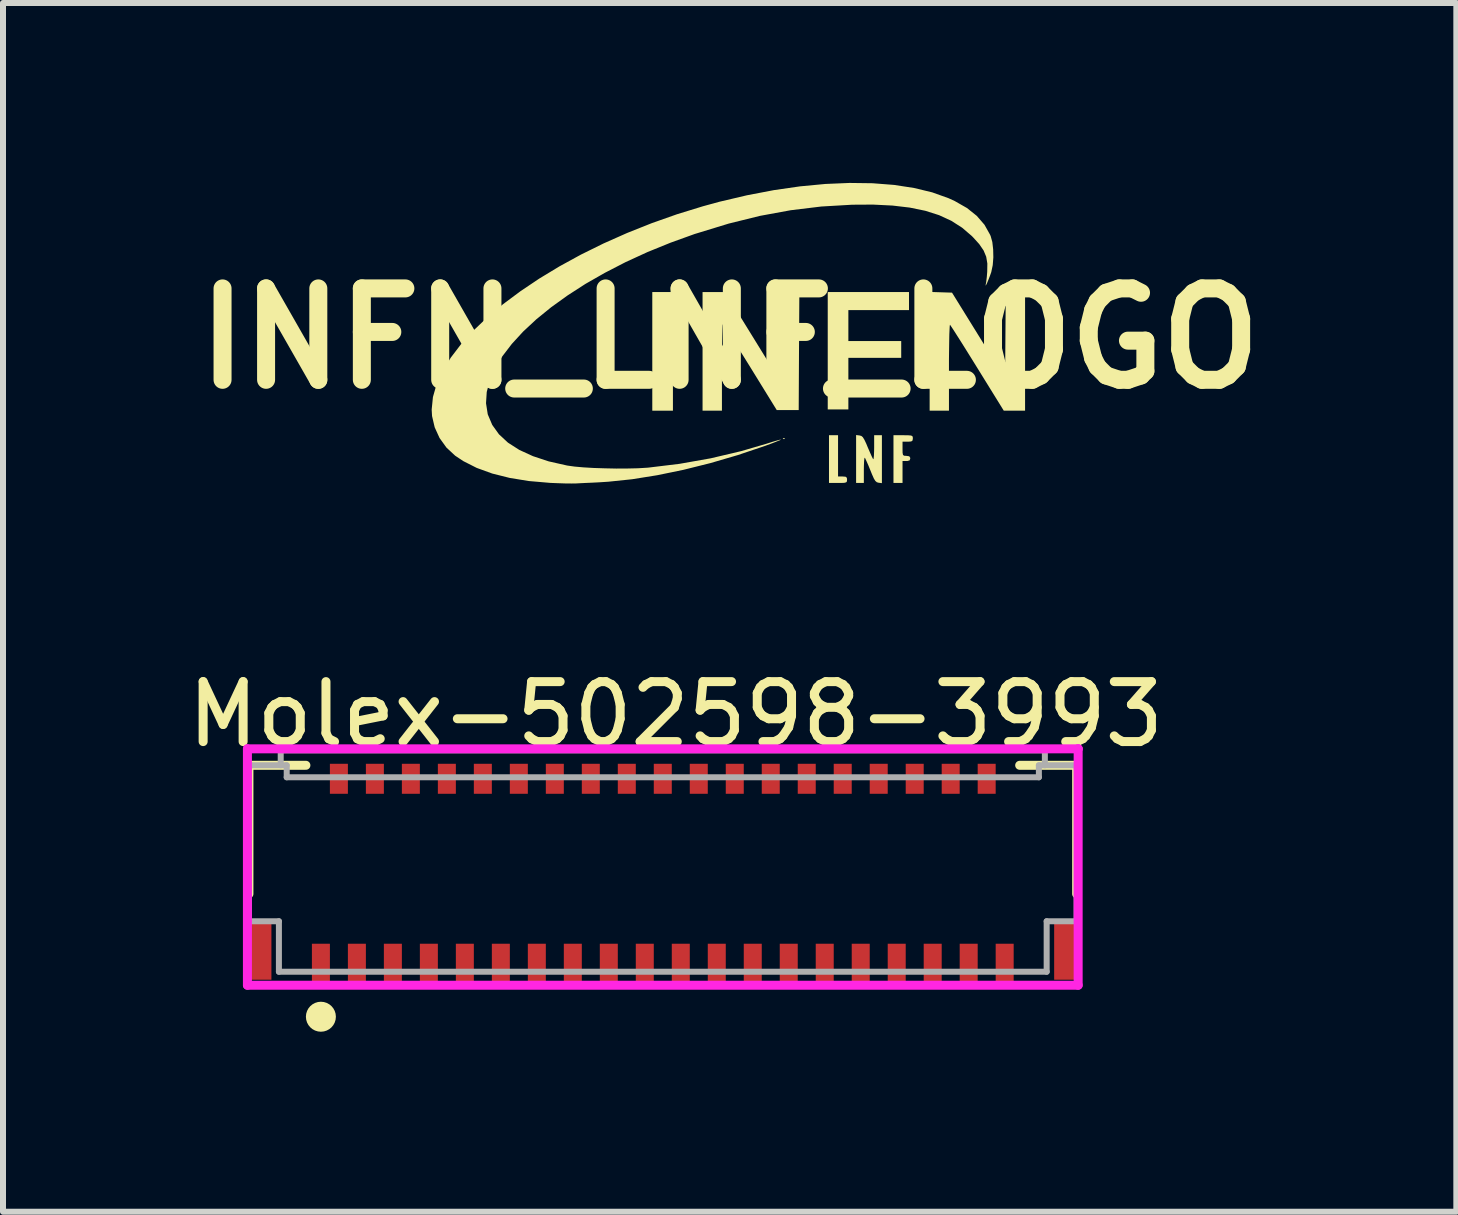
<source format=kicad_pcb>
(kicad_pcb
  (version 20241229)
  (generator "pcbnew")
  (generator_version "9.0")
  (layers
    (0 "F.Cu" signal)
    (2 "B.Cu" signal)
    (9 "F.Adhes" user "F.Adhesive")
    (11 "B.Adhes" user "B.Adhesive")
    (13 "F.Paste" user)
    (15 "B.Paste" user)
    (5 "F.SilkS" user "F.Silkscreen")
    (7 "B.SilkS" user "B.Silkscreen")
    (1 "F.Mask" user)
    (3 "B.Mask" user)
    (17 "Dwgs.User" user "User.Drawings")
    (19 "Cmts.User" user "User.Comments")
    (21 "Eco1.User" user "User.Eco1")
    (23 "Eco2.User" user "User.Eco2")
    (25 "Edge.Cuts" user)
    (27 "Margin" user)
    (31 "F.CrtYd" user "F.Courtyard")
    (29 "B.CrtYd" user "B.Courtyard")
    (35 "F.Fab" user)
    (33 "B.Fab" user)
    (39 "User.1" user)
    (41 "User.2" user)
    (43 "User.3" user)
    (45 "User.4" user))
  (footprint "Molex-502598-3993"
    (layer "F.Cu")
    (at 8 11.484)
    (property "Reference" "Molex-502598-3993" (at -8 -2.625 0) (layer "F.SilkS") (effects (font (size 1 1) (thickness 0.15)) (justify left)))
    (attr through_hole)
    (fp_line (start -6.9 -1.775) (end -5.95 -1.775) (stroke (width 0.15) (type solid)) (layer "F.SilkS"))
    (fp_line (start -6.9 0.37) (end -6.9 -1.775) (stroke (width 0.15) (type solid)) (layer "F.SilkS"))
    (fp_line (start 5.95 -1.775) (end 6.9 -1.775) (stroke (width 0.15) (type solid)) (layer "F.SilkS"))
    (fp_line (start 6.9 0.37) (end 6.9 -1.775) (stroke (width 0.15) (type solid)) (layer "F.SilkS"))
    (fp_circle (center -5.7 2.417) (end -5.575 2.417) (stroke (width 0.25) (type solid)) (fill no) (layer "F.SilkS"))
    (fp_line (start -6.925 -2.05) (end -6.925 1.892) (stroke (width 0.15) (type solid)) (layer "F.CrtYd"))
    (fp_line (start -6.925 1.892) (end 6.925 1.892) (stroke (width 0.15) (type solid)) (layer "F.CrtYd"))
    (fp_line (start 6.925 -2.05) (end -6.925 -2.05) (stroke (width 0.15) (type solid)) (layer "F.CrtYd"))
    (fp_line (start 6.925 -2.05) (end 6.925 -2.05) (stroke (width 0.15) (type solid)) (layer "F.CrtYd"))
    (fp_line (start 6.925 1.892) (end 6.925 -2.05) (stroke (width 0.15) (type solid)) (layer "F.CrtYd"))
    (fp_line (start -6.9 -1.775) (end -6.27 -1.775) (stroke (width 0.1) (type solid)) (layer "F.Fab"))
    (fp_line (start -6.9 0.825) (end -6.9 -1.775) (stroke (width 0.1) (type solid)) (layer "F.Fab"))
    (fp_line (start -6.9 0.825) (end -6.4 0.825) (stroke (width 0.1) (type solid)) (layer "F.Fab"))
    (fp_line (start -6.4 1.667) (end -6.4 0.825) (stroke (width 0.1) (type solid)) (layer "F.Fab"))
    (fp_line (start -6.4 1.667) (end 6.4 1.667) (stroke (width 0.1) (type solid)) (layer "F.Fab"))
    (fp_line (start -6.37 -2.025) (end 6.37 -2.025) (stroke (width 0.1) (type solid)) (layer "F.Fab"))
    (fp_line (start -6.37 -1.775) (end -6.37 -2.025) (stroke (width 0.1) (type solid)) (layer "F.Fab"))
    (fp_line (start -6.27 -1.575) (end -6.27 -1.775) (stroke (width 0.1) (type solid)) (layer "F.Fab"))
    (fp_line (start -6.27 -1.575) (end 6.27 -1.575) (stroke (width 0.1) (type solid)) (layer "F.Fab"))
    (fp_line (start 6.27 -1.575) (end 6.27 -1.775) (stroke (width 0.1) (type solid)) (layer "F.Fab"))
    (fp_line (start 6.27 -1.775) (end 6.9 -1.775) (stroke (width 0.1) (type solid)) (layer "F.Fab"))
    (fp_line (start 6.37 -1.775) (end 6.37 -2.025) (stroke (width 0.1) (type solid)) (layer "F.Fab"))
    (fp_line (start 6.4 0.825) (end 6.9 0.825) (stroke (width 0.1) (type solid)) (layer "F.Fab"))
    (fp_line (start 6.4 1.667) (end 6.4 0.825) (stroke (width 0.1) (type solid)) (layer "F.Fab"))
    (fp_line (start 6.9 0.825) (end 6.9 -1.775) (stroke (width 0.1) (type solid)) (layer "F.Fab"))
    (pad "1" smd rect (at -5.7 1.55) (size 0.3 0.7) (layers "F.Cu" "F.Mask" "F.Paste"))
    (pad "2" smd rect (at -5.4 -1.55) (size 0.3 0.5) (layers "F.Cu" "F.Mask" "F.Paste"))
    (pad "3" smd rect (at -5.1 1.55) (size 0.3 0.7) (layers "F.Cu" "F.Mask" "F.Paste"))
    (pad "4" smd rect (at -4.8 -1.55) (size 0.3 0.5) (layers "F.Cu" "F.Mask" "F.Paste"))
    (pad "5" smd rect (at -4.5 1.55) (size 0.3 0.7) (layers "F.Cu" "F.Mask" "F.Paste"))
    (pad "6" smd rect (at -4.2 -1.55) (size 0.3 0.5) (layers "F.Cu" "F.Mask" "F.Paste"))
    (pad "7" smd rect (at -3.9 1.55) (size 0.3 0.7) (layers "F.Cu" "F.Mask" "F.Paste"))
    (pad "8" smd rect (at -3.6 -1.55) (size 0.3 0.5) (layers "F.Cu" "F.Mask" "F.Paste"))
    (pad "9" smd rect (at -3.3 1.55) (size 0.3 0.7) (layers "F.Cu" "F.Mask" "F.Paste"))
    (pad "10" smd rect (at -3 -1.55) (size 0.3 0.5) (layers "F.Cu" "F.Mask" "F.Paste"))
    (pad "11" smd rect (at -2.7 1.55) (size 0.3 0.7) (layers "F.Cu" "F.Mask" "F.Paste"))
    (pad "12" smd rect (at -2.4 -1.55) (size 0.3 0.5) (layers "F.Cu" "F.Mask" "F.Paste"))
    (pad "13" smd rect (at -2.1 1.55) (size 0.3 0.7) (layers "F.Cu" "F.Mask" "F.Paste"))
    (pad "14" smd rect (at -1.8 -1.55) (size 0.3 0.5) (layers "F.Cu" "F.Mask" "F.Paste"))
    (pad "15" smd rect (at -1.5 1.55) (size 0.3 0.7) (layers "F.Cu" "F.Mask" "F.Paste"))
    (pad "16" smd rect (at -1.2 -1.55) (size 0.3 0.5) (layers "F.Cu" "F.Mask" "F.Paste"))
    (pad "17" smd rect (at -0.9 1.55) (size 0.3 0.7) (layers "F.Cu" "F.Mask" "F.Paste"))
    (pad "18" smd rect (at -0.6 -1.55) (size 0.3 0.5) (layers "F.Cu" "F.Mask" "F.Paste"))
    (pad "19" smd rect (at -0.3 1.55) (size 0.3 0.7) (layers "F.Cu" "F.Mask" "F.Paste"))
    (pad "20" smd rect (at 0 -1.55) (size 0.3 0.5) (layers "F.Cu" "F.Mask" "F.Paste"))
    (pad "21" smd rect (at 0.3 1.55) (size 0.3 0.7) (layers "F.Cu" "F.Mask" "F.Paste"))
    (pad "22" smd rect (at 0.6 -1.55) (size 0.3 0.5) (layers "F.Cu" "F.Mask" "F.Paste"))
    (pad "23" smd rect (at 0.9 1.55) (size 0.3 0.7) (layers "F.Cu" "F.Mask" "F.Paste"))
    (pad "24" smd rect (at 1.2 -1.55) (size 0.3 0.5) (layers "F.Cu" "F.Mask" "F.Paste"))
    (pad "25" smd rect (at 1.5 1.55) (size 0.3 0.7) (layers "F.Cu" "F.Mask" "F.Paste"))
    (pad "26" smd rect (at 1.8 -1.55) (size 0.3 0.5) (layers "F.Cu" "F.Mask" "F.Paste"))
    (pad "27" smd rect (at 2.1 1.55) (size 0.3 0.7) (layers "F.Cu" "F.Mask" "F.Paste"))
    (pad "28" smd rect (at 2.4 -1.55) (size 0.3 0.5) (layers "F.Cu" "F.Mask" "F.Paste"))
    (pad "29" smd rect (at 2.7 1.55) (size 0.3 0.7) (layers "F.Cu" "F.Mask" "F.Paste"))
    (pad "30" smd rect (at 3 -1.55) (size 0.3 0.5) (layers "F.Cu" "F.Mask" "F.Paste"))
    (pad "31" smd rect (at 3.3 1.55) (size 0.3 0.7) (layers "F.Cu" "F.Mask" "F.Paste"))
    (pad "32" smd rect (at 3.6 -1.55) (size 0.3 0.5) (layers "F.Cu" "F.Mask" "F.Paste"))
    (pad "33" smd rect (at 3.9 1.55) (size 0.3 0.7) (layers "F.Cu" "F.Mask" "F.Paste"))
    (pad "34" smd rect (at 4.2 -1.55) (size 0.3 0.5) (layers "F.Cu" "F.Mask" "F.Paste"))
    (pad "35" smd rect (at 4.5 1.55) (size 0.3 0.7) (layers "F.Cu" "F.Mask" "F.Paste"))
    (pad "36" smd rect (at 4.8 -1.55) (size 0.3 0.5) (layers "F.Cu" "F.Mask" "F.Paste"))
    (pad "37" smd rect (at 5.1 1.55) (size 0.3 0.7) (layers "F.Cu" "F.Mask" "F.Paste"))
    (pad "38" smd rect (at 5.4 -1.55) (size 0.3 0.5) (layers "F.Cu" "F.Mask" "F.Paste"))
    (pad "39" smd rect (at 5.7 1.55) (size 0.3 0.7) (layers "F.Cu" "F.Mask" "F.Paste"))
    (pad "MP1" smd rect (at -6.7 1.3) (size 0.35 1) (layers "F.Cu" "F.Mask" "F.Paste"))
    (pad "MP2" smd rect (at 6.7 1.3) (size 0.35 1) (layers "F.Cu" "F.Mask" "F.Paste")))
  (footprint "INFN_LNF_LOGO"
    (layer "F.Cu")
    (at 9.115 2.593)
    (property "Reference" "INFN_LNF_LOGO" (at 0 0 0) (layer "F.SilkS") (effects (font (size 1.524 1.524) (thickness 0.3))))
    (attr board_only exclude_from_pos_files exclude_from_bom)
    (fp_poly (pts (xy -0.946 1.204) (xy -1.29 1.204) (xy -1.29 -0.774) (xy -0.946 -0.774)) (stroke (width 0) (type solid)) (fill yes) (layer "F.SilkS"))
    (fp_poly (pts (xy 0.918 1.663) (xy 0.915 1.676) (xy 0.903 1.678) (xy 0.886 1.67) (xy 0.889 1.663) (xy 0.914 1.661)) (stroke (width 0) (type solid)) (fill yes) (layer "F.SilkS"))
    (fp_poly (pts (xy 2.99 -0.473) (xy 1.979 -0.473) (xy 1.979 0.043) (xy 2.86 0.043) (xy 2.86 0.323) (xy 1.979 0.323) (xy 1.979 1.183) (xy 1.635 1.183) (xy 1.635 -0.774) (xy 2.99 -0.774)) (stroke (width 0) (type solid)) (fill yes) (layer "F.SilkS"))
    (fp_poly (pts (xy 1.807 2.301) (xy 1.882 2.301) (xy 1.933 2.305) (xy 1.954 2.323) (xy 1.957 2.355) (xy 1.955 2.383) (xy 1.942 2.399) (xy 1.909 2.407) (xy 1.847 2.409) (xy 1.807 2.409) (xy 1.656 2.409) (xy 1.656 1.613) (xy 1.807 1.613)) (stroke (width 0) (type solid)) (fill yes) (layer "F.SilkS"))
    (fp_poly (pts (xy 3.52 -0.77) (xy 3.707 -0.764) (xy 4.592 0.665) (xy 4.603 -0.774) (xy 4.925 -0.774) (xy 4.925 1.204) (xy 4.57 1.204) (xy 4.13 0.493) (xy 4.032 0.335) (xy 3.941 0.189) (xy 3.859 0.058) (xy 3.789 -0.052) (xy 3.733 -0.14) (xy 3.694 -0.199) (xy 3.675 -0.227) (xy 3.673 -0.229) (xy 3.669 -0.21) (xy 3.666 -0.154) (xy 3.662 -0.065) (xy 3.66 0.053) (xy 3.658 0.195) (xy 3.656 0.355) (xy 3.656 0.483) (xy 3.656 1.204) (xy 3.334 1.204) (xy 3.334 -0.776)) (stroke (width 0) (type solid)) (fill yes) (layer "F.SilkS"))
    (fp_poly (pts (xy 2.975 1.614) (xy 3.023 1.618) (xy 3.046 1.628) (xy 3.053 1.648) (xy 3.054 1.667) (xy 3.049 1.701) (xy 3.027 1.717) (xy 2.975 1.721) (xy 2.968 1.721) (xy 2.882 1.721) (xy 2.882 1.839) (xy 2.883 1.906) (xy 2.89 1.942) (xy 2.909 1.955) (xy 2.946 1.957) (xy 2.946 1.957) (xy 2.994 1.964) (xy 3.01 1.989) (xy 3.011 2) (xy 3.001 2.032) (xy 2.963 2.043) (xy 2.946 2.043) (xy 2.882 2.043) (xy 2.882 2.409) (xy 2.731 2.409) (xy 2.731 1.613) (xy 2.893 1.613)) (stroke (width 0) (type solid)) (fill yes) (layer "F.SilkS"))
    (fp_poly (pts (xy 1.156 0.21) (xy 1.151 1.194) (xy 0.785 1.194) (xy 0.344 0.479) (xy 0.246 0.321) (xy 0.155 0.176) (xy 0.073 0.046) (xy 0.003 -0.064) (xy -0.053 -0.15) (xy -0.092 -0.208) (xy -0.111 -0.235) (xy -0.113 -0.236) (xy -0.117 -0.215) (xy -0.12 -0.157) (xy -0.123 -0.065) (xy -0.126 0.055) (xy -0.128 0.197) (xy -0.129 0.358) (xy -0.129 0.484) (xy -0.129 1.204) (xy -0.452 1.204) (xy -0.452 -0.774) (xy -0.075 -0.773) (xy 0.366 -0.059) (xy 0.807 0.656) (xy 0.812 -0.059) (xy 0.818 -0.774) (xy 1.162 -0.774)) (stroke (width 0) (type solid)) (fill yes) (layer "F.SilkS"))
    (fp_poly (pts (xy 2.165 1.617) (xy 2.195 1.625) (xy 2.22 1.646) (xy 2.246 1.688) (xy 2.279 1.758) (xy 2.301 1.812) (xy 2.337 1.895) (xy 2.367 1.963) (xy 2.388 2.005) (xy 2.394 2.014) (xy 2.4 2.001) (xy 2.405 1.953) (xy 2.408 1.878) (xy 2.409 1.821) (xy 2.409 1.613) (xy 2.538 1.613) (xy 2.538 2.412) (xy 2.482 2.405) (xy 2.454 2.397) (xy 2.429 2.376) (xy 2.404 2.335) (xy 2.373 2.265) (xy 2.347 2.201) (xy 2.312 2.115) (xy 2.281 2.045) (xy 2.26 1.999) (xy 2.253 1.987) (xy 2.246 2) (xy 2.241 2.048) (xy 2.238 2.123) (xy 2.237 2.19) (xy 2.237 2.409) (xy 2.108 2.409) (xy 2.108 1.61)) (stroke (width 0) (type solid)) (fill yes) (layer "F.SilkS"))
    (fp_poly (pts (xy 2.382 -2.588) (xy 2.742 -2.56) (xy 3.074 -2.509) (xy 3.377 -2.436) (xy 3.648 -2.339) (xy 3.753 -2.291) (xy 3.956 -2.175) (xy 4.12 -2.044) (xy 4.248 -1.896) (xy 4.342 -1.729) (xy 4.352 -1.705) (xy 4.379 -1.608) (xy 4.393 -1.485) (xy 4.396 -1.352) (xy 4.386 -1.223) (xy 4.363 -1.114) (xy 4.362 -1.108) (xy 4.339 -1.043) (xy 4.315 -0.981) (xy 4.293 -0.928) (xy 4.276 -0.892) (xy 4.267 -0.881) (xy 4.269 -0.902) (xy 4.27 -0.903) (xy 4.278 -0.951) (xy 4.287 -1.026) (xy 4.294 -1.113) (xy 4.294 -1.118) (xy 4.296 -1.25) (xy 4.277 -1.363) (xy 4.233 -1.468) (xy 4.161 -1.573) (xy 4.056 -1.689) (xy 4.035 -1.71) (xy 3.875 -1.847) (xy 3.695 -1.962) (xy 3.491 -2.056) (xy 3.261 -2.129) (xy 3.003 -2.182) (xy 2.714 -2.216) (xy 2.39 -2.232) (xy 2.043 -2.23) (xy 1.528 -2.2) (xy 1.017 -2.138) (xy 0.505 -2.044) (xy -0.017 -1.915) (xy -0.553 -1.751) (xy -0.583 -1.742) (xy -0.985 -1.597) (xy -1.369 -1.441) (xy -1.735 -1.273) (xy -2.08 -1.095) (xy -2.404 -0.91) (xy -2.703 -0.717) (xy -2.978 -0.519) (xy -3.225 -0.318) (xy -3.444 -0.114) (xy -3.632 0.091) (xy -3.789 0.296) (xy -3.912 0.498) (xy -3.999 0.698) (xy -4.05 0.892) (xy -4.062 1.08) (xy -4.034 1.26) (xy -4.031 1.27) (xy -3.958 1.442) (xy -3.846 1.598) (xy -3.696 1.737) (xy -3.507 1.858) (xy -3.28 1.962) (xy -3.017 2.049) (xy -2.716 2.117) (xy -2.699 2.12) (xy -2.585 2.136) (xy -2.437 2.149) (xy -2.266 2.159) (xy -2.08 2.165) (xy -1.889 2.169) (xy -1.702 2.168) (xy -1.53 2.164) (xy -1.381 2.155) (xy -1.355 2.153) (xy -0.836 2.09) (xy -0.316 1.998) (xy 0.193 1.878) (xy 0.623 1.752) (xy 0.714 1.723) (xy 0.789 1.701) (xy 0.838 1.688) (xy 0.855 1.686) (xy 0.838 1.696) (xy 0.788 1.716) (xy 0.712 1.746) (xy 0.617 1.781) (xy 0.587 1.792) (xy 0.133 1.945) (xy -0.322 2.078) (xy -0.771 2.19) (xy -1.208 2.28) (xy -1.627 2.347) (xy -2.021 2.388) (xy -2.174 2.398) (xy -2.29 2.404) (xy -2.407 2.409) (xy -2.508 2.414) (xy -2.559 2.417) (xy -2.635 2.418) (xy -2.74 2.417) (xy -2.861 2.413) (xy -2.986 2.408) (xy -3 2.407) (xy -3.347 2.377) (xy -3.667 2.325) (xy -3.958 2.252) (xy -4.217 2.158) (xy -4.442 2.044) (xy -4.577 1.954) (xy -4.722 1.819) (xy -4.837 1.659) (xy -4.918 1.481) (xy -4.962 1.293) (xy -4.968 1.185) (xy -4.947 0.976) (xy -4.886 0.762) (xy -4.786 0.543) (xy -4.65 0.32) (xy -4.479 0.096) (xy -4.276 -0.128) (xy -4.042 -0.351) (xy -3.779 -0.571) (xy -3.489 -0.787) (xy -3.175 -0.998) (xy -2.838 -1.202) (xy -2.48 -1.398) (xy -2.103 -1.584) (xy -1.709 -1.759) (xy -1.3 -1.922) (xy -0.878 -2.071) (xy -0.446 -2.204) (xy -0.172 -2.279) (xy 0.287 -2.387) (xy 0.736 -2.473) (xy 1.173 -2.536) (xy 1.595 -2.576) (xy 1.999 -2.593)) (stroke (width 0) (type solid)) (fill yes) (layer "F.SilkS")))
  (gr_rect
    (start -3 -3)
    (end 21.23 17.152)
    (stroke (width 0.1) (type default))
    (fill no)
    (layer "Edge.Cuts")))
</source>
